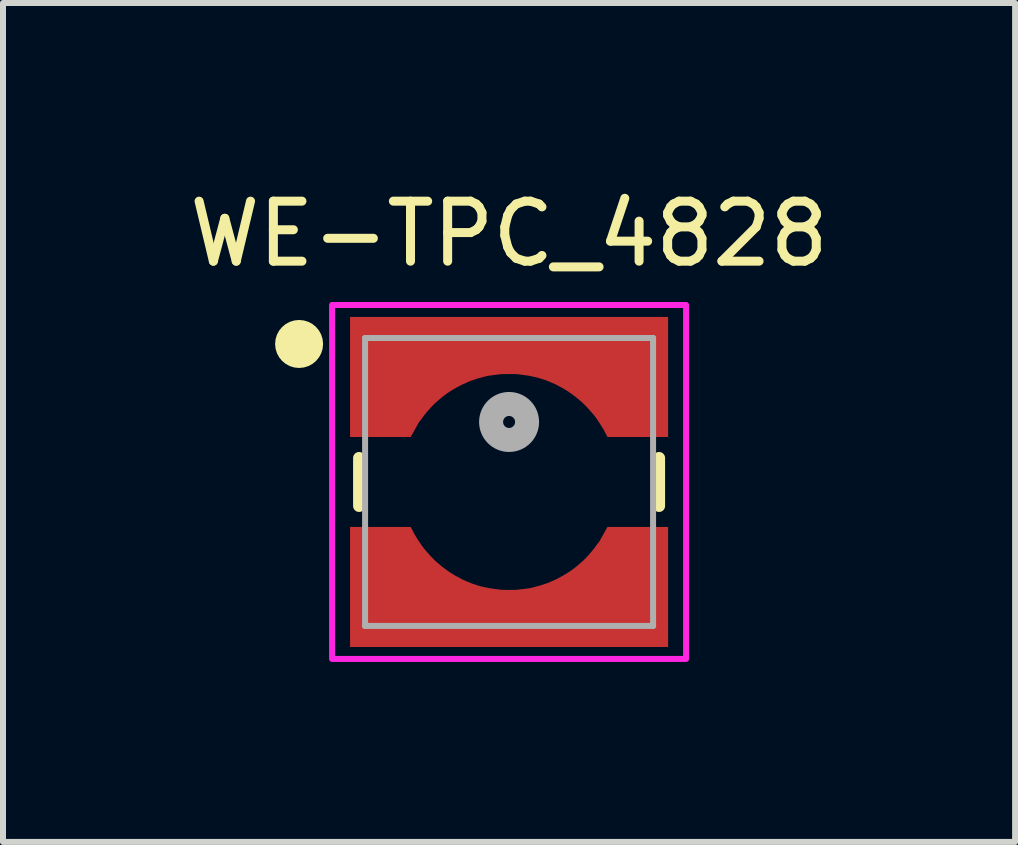
<source format=kicad_pcb>
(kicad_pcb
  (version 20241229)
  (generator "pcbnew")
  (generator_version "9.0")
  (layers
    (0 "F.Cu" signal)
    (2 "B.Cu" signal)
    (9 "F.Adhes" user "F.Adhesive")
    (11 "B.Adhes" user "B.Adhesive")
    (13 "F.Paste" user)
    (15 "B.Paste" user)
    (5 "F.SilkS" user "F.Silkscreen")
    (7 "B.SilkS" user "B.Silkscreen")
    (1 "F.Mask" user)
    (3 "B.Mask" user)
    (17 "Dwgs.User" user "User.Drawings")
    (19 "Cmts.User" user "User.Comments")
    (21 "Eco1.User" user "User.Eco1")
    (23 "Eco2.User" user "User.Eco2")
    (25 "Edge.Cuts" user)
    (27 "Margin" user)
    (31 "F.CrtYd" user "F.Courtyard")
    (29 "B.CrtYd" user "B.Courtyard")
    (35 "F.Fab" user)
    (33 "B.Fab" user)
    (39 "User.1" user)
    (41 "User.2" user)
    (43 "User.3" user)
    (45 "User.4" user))
  (footprint "WE-TPC_4828"
    (layer "F.Cu")
    (at 5.435 4.983)
    (property "Reference" "WE-TPC_4828" (at 0 -4.135 0) (layer "F.SilkS") (effects (font (size 1 1) (thickness 0.15))))
    (attr smd)
    (fp_poly (pts (xy -2.75 2.85) (xy -2.75 0.65) (xy -1.57 0.65) (xy -1.535 0.733) (xy -1.48 0.837) (xy -1.406 0.957) (xy -1.26 1.142) (xy -1.147 1.255) (xy -1.037 1.35) (xy -0.939 1.423) (xy -0.837 1.486) (xy -0.684 1.561) (xy -0.472 1.636) (xy -0.264 1.681) (xy -0.069 1.7) (xy 0.08 1.699) (xy 0.245 1.681) (xy 0.445 1.645) (xy 0.576 1.597) (xy 0.799 1.503) (xy 0.938 1.415) (xy 1.03 1.352) (xy 1.154 1.251) (xy 1.272 1.126) (xy 1.391 0.981) (xy 1.511 0.791) (xy 1.554 0.693) (xy 1.571 0.65) (xy 2.75 0.65) (xy 2.75 2.85)) (stroke (width 0.001) (type solid)) (fill yes) (layer "F.Mask"))
    (fp_poly (pts (xy 2.75 -2.85) (xy 2.75 -0.65) (xy 1.57 -0.65) (xy 1.535 -0.733) (xy 1.48 -0.837) (xy 1.406 -0.957) (xy 1.26 -1.142) (xy 1.147 -1.255) (xy 1.037 -1.35) (xy 0.939 -1.423) (xy 0.837 -1.486) (xy 0.684 -1.561) (xy 0.472 -1.636) (xy 0.264 -1.681) (xy 0.069 -1.7) (xy -0.08 -1.699) (xy -0.245 -1.681) (xy -0.445 -1.645) (xy -0.576 -1.597) (xy -0.799 -1.503) (xy -0.938 -1.415) (xy -1.03 -1.352) (xy -1.154 -1.251) (xy -1.272 -1.126) (xy -1.391 -0.981) (xy -1.511 -0.791) (xy -1.554 -0.693) (xy -1.571 -0.65) (xy -2.75 -0.65) (xy -2.75 -2.85)) (stroke (width 0.001) (type solid)) (fill yes) (layer "F.Mask"))
    (fp_line (start -2.5 -0.4) (end -2.5 0.4) (stroke (width 0.2) (type solid)) (layer "F.SilkS"))
    (fp_line (start 2.5 -0.4) (end 2.5 0.4) (stroke (width 0.2) (type solid)) (layer "F.SilkS"))
    (fp_circle (center -3.5 -2.3) (end -3.3 -2.3) (stroke (width 0.4) (type solid)) (fill no) (layer "F.SilkS"))
    (fp_poly (pts (xy -2.65 -0.75) (xy -1.64 -0.75) (xy -1.503 -0.995) (xy -1.463 -1.045) (xy -1.413 -1.115) (xy -1.363 -1.175) (xy -1.293 -1.255) (xy -1.233 -1.315) (xy -1.163 -1.375) (xy -1.103 -1.425) (xy -1.023 -1.485) (xy -0.942 -1.536) (xy -0.872 -1.576) (xy -0.79 -1.62) (xy -0.643 -1.685) (xy -0.536 -1.721) (xy -0.426 -1.751) (xy -0.423 -1.752) (xy -0.419 -1.753) (xy -0.415 -1.754) (xy -0.412 -1.755) (xy -0.408 -1.756) (xy -0.404 -1.757) (xy -0.4 -1.758) (xy -0.397 -1.759) (xy -0.393 -1.76) (xy -0.389 -1.761) (xy -0.385 -1.762) (xy -0.382 -1.763) (xy -0.378 -1.764) (xy -0.374 -1.765) (xy -0.37 -1.765) (xy -0.366 -1.766) (xy -0.362 -1.767) (xy -0.359 -1.768) (xy -0.355 -1.768) (xy -0.351 -1.769) (xy -0.347 -1.77) (xy -0.343 -1.771) (xy -0.34 -1.771) (xy -0.336 -1.772) (xy -0.332 -1.772) (xy -0.328 -1.773) (xy -0.324 -1.774) (xy -0.32 -1.774) (xy -0.316 -1.775) (xy -0.313 -1.775) (xy -0.218 -1.787) (xy -0.127 -1.798) (xy 0.045 -1.8) (xy 0.141 -1.797) (xy 0.336 -1.77) (xy 0.481 -1.738) (xy 0.613 -1.696) (xy 0.691 -1.664) (xy 0.786 -1.622) (xy 0.858 -1.582) (xy 0.898 -1.562) (xy 0.972 -1.516) (xy 1.033 -1.475) (xy 1.117 -1.412) (xy 1.223 -1.322) (xy 1.31 -1.235) (xy 1.416 -1.113) (xy 1.466 -1.045) (xy 1.524 -0.957) (xy 1.574 -0.877) (xy 1.64 -0.75) (xy 2.65 -0.75) (xy 2.65 -2.75) (xy -2.65 -2.75) (xy -2.65 -0.75)) (stroke (width 0.001) (type solid)) (fill yes) (layer "F.Paste"))
    (fp_poly (pts (xy 2.65 0.75) (xy 1.64 0.75) (xy 1.503 0.995) (xy 1.463 1.045) (xy 1.413 1.115) (xy 1.363 1.175) (xy 1.293 1.255) (xy 1.233 1.315) (xy 1.163 1.375) (xy 1.103 1.425) (xy 1.023 1.485) (xy 0.942 1.536) (xy 0.872 1.576) (xy 0.79 1.62) (xy 0.643 1.685) (xy 0.536 1.721) (xy 0.426 1.751) (xy 0.423 1.752) (xy 0.419 1.753) (xy 0.415 1.754) (xy 0.412 1.755) (xy 0.408 1.756) (xy 0.404 1.757) (xy 0.4 1.758) (xy 0.397 1.759) (xy 0.393 1.76) (xy 0.389 1.761) (xy 0.385 1.762) (xy 0.382 1.763) (xy 0.378 1.764) (xy 0.374 1.765) (xy 0.37 1.765) (xy 0.366 1.766) (xy 0.362 1.767) (xy 0.359 1.768) (xy 0.355 1.768) (xy 0.351 1.769) (xy 0.347 1.77) (xy 0.343 1.771) (xy 0.34 1.771) (xy 0.336 1.772) (xy 0.332 1.772) (xy 0.328 1.773) (xy 0.324 1.774) (xy 0.32 1.774) (xy 0.316 1.775) (xy 0.313 1.775) (xy 0.218 1.787) (xy 0.127 1.798) (xy -0.045 1.8) (xy -0.141 1.797) (xy -0.336 1.77) (xy -0.481 1.738) (xy -0.613 1.696) (xy -0.691 1.664) (xy -0.786 1.622) (xy -0.858 1.582) (xy -0.898 1.562) (xy -0.972 1.516) (xy -1.033 1.475) (xy -1.117 1.412) (xy -1.223 1.322) (xy -1.31 1.235) (xy -1.416 1.113) (xy -1.466 1.045) (xy -1.524 0.957) (xy -1.574 0.877) (xy -1.64 0.75) (xy -2.65 0.75) (xy -2.65 2.75) (xy 2.65 2.75) (xy 2.65 0.75)) (stroke (width 0.001) (type solid)) (fill yes) (layer "F.Paste"))
    (fp_poly (pts (xy 2.95 -2.95) (xy 2.95 2.95) (xy -2.95 2.95) (xy -2.95 -2.95)) (stroke (width 0.1) (type solid)) (fill no) (layer "F.CrtYd"))
    (fp_line (start -2.4 -2.4) (end 2.4 -2.4) (stroke (width 0.1) (type solid)) (layer "F.Fab"))
    (fp_line (start -2.4 2.4) (end -2.4 -2.4) (stroke (width 0.1) (type solid)) (layer "F.Fab"))
    (fp_line (start -2.4 2.4) (end 2.4 2.4) (stroke (width 0.1) (type solid)) (layer "F.Fab"))
    (fp_line (start 2.4 2.4) (end 2.4 -2.4) (stroke (width 0.1) (type solid)) (layer "F.Fab"))
    (fp_circle (center 0 -1) (end 0.1 -1) (stroke (width 0.4) (type solid)) (fill no) (layer "F.Fab"))
    (pad "1" smd custom (at 0 -2.3) (size 5.3 0.8) (layers "F.Cu") (options (anchor rect)) (primitives (gr_poly (pts (xy -2.65 1.55) (xy -1.64 1.55) (xy -1.503 1.305) (xy -1.463 1.255) (xy -1.413 1.185) (xy -1.363 1.125) (xy -1.293 1.045) (xy -1.233 0.985) (xy -1.163 0.925) (xy -1.103 0.875) (xy -1.023 0.815) (xy -0.942 0.764) (xy -0.872 0.724) (xy -0.79 0.68) (xy -0.643 0.615) (xy -0.536 0.579) (xy -0.426 0.549) (xy -0.423 0.548) (xy -0.419 0.547) (xy -0.415 0.546) (xy -0.412 0.545) (xy -0.408 0.544) (xy -0.404 0.543) (xy -0.4 0.542) (xy -0.397 0.541) (xy -0.393 0.54) (xy -0.389 0.539) (xy -0.385 0.538) (xy -0.382 0.537) (xy -0.378 0.536) (xy -0.374 0.535) (xy -0.37 0.535) (xy -0.366 0.534) (xy -0.362 0.533) (xy -0.359 0.532) (xy -0.355 0.532) (xy -0.351 0.531) (xy -0.347 0.53) (xy -0.343 0.529) (xy -0.34 0.529) (xy -0.336 0.528) (xy -0.332 0.528) (xy -0.328 0.527) (xy -0.324 0.526) (xy -0.32 0.526) (xy -0.316 0.525) (xy -0.313 0.525) (xy -0.218 0.513) (xy -0.127 0.502) (xy 0.045 0.5) (xy 0.141 0.503) (xy 0.336 0.53) (xy 0.481 0.562) (xy 0.613 0.604) (xy 0.691 0.636) (xy 0.786 0.678) (xy 0.858 0.718) (xy 0.898 0.738) (xy 0.972 0.784) (xy 1.033 0.825) (xy 1.117 0.888) (xy 1.223 0.978) (xy 1.31 1.065) (xy 1.416 1.187) (xy 1.466 1.255) (xy 1.524 1.343) (xy 1.574 1.423) (xy 1.64 1.55) (xy 2.65 1.55) (xy 2.65 -0.45) (xy -2.65 -0.45) (xy -2.65 1.55)) (width 0.001) (fill yes))))
    (pad "2" smd custom (at 0 2.3) (size 5.3 0.8) (layers "F.Cu") (options (anchor rect)) (primitives (gr_poly (pts (xy 2.65 -1.55) (xy 1.64 -1.55) (xy 1.503 -1.305) (xy 1.463 -1.255) (xy 1.413 -1.185) (xy 1.363 -1.125) (xy 1.293 -1.045) (xy 1.233 -0.985) (xy 1.163 -0.925) (xy 1.103 -0.875) (xy 1.023 -0.815) (xy 0.942 -0.764) (xy 0.872 -0.724) (xy 0.79 -0.68) (xy 0.643 -0.615) (xy 0.536 -0.579) (xy 0.426 -0.549) (xy 0.423 -0.548) (xy 0.419 -0.547) (xy 0.415 -0.546) (xy 0.412 -0.545) (xy 0.408 -0.544) (xy 0.404 -0.543) (xy 0.4 -0.542) (xy 0.397 -0.541) (xy 0.393 -0.54) (xy 0.389 -0.539) (xy 0.385 -0.538) (xy 0.382 -0.537) (xy 0.378 -0.536) (xy 0.374 -0.535) (xy 0.37 -0.535) (xy 0.366 -0.534) (xy 0.362 -0.533) (xy 0.359 -0.532) (xy 0.355 -0.532) (xy 0.351 -0.531) (xy 0.347 -0.53) (xy 0.343 -0.529) (xy 0.34 -0.529) (xy 0.336 -0.528) (xy 0.332 -0.528) (xy 0.328 -0.527) (xy 0.324 -0.526) (xy 0.32 -0.526) (xy 0.316 -0.525) (xy 0.313 -0.525) (xy 0.218 -0.513) (xy 0.127 -0.502) (xy -0.045 -0.5) (xy -0.141 -0.503) (xy -0.336 -0.53) (xy -0.481 -0.562) (xy -0.613 -0.604) (xy -0.691 -0.636) (xy -0.786 -0.678) (xy -0.858 -0.718) (xy -0.898 -0.738) (xy -0.972 -0.784) (xy -1.033 -0.825) (xy -1.117 -0.888) (xy -1.223 -0.978) (xy -1.31 -1.065) (xy -1.416 -1.187) (xy -1.466 -1.255) (xy -1.524 -1.343) (xy -1.574 -1.423) (xy -1.64 -1.55) (xy -2.65 -1.55) (xy -2.65 0.45) (xy 2.65 0.45) (xy 2.65 -1.55)) (width 0.001) (fill yes)))))
  (gr_rect
    (start -3 -3)
    (end 13.869 10.983)
    (stroke (width 0.1) (type default))
    (fill no)
    (layer "Edge.Cuts")))
</source>
